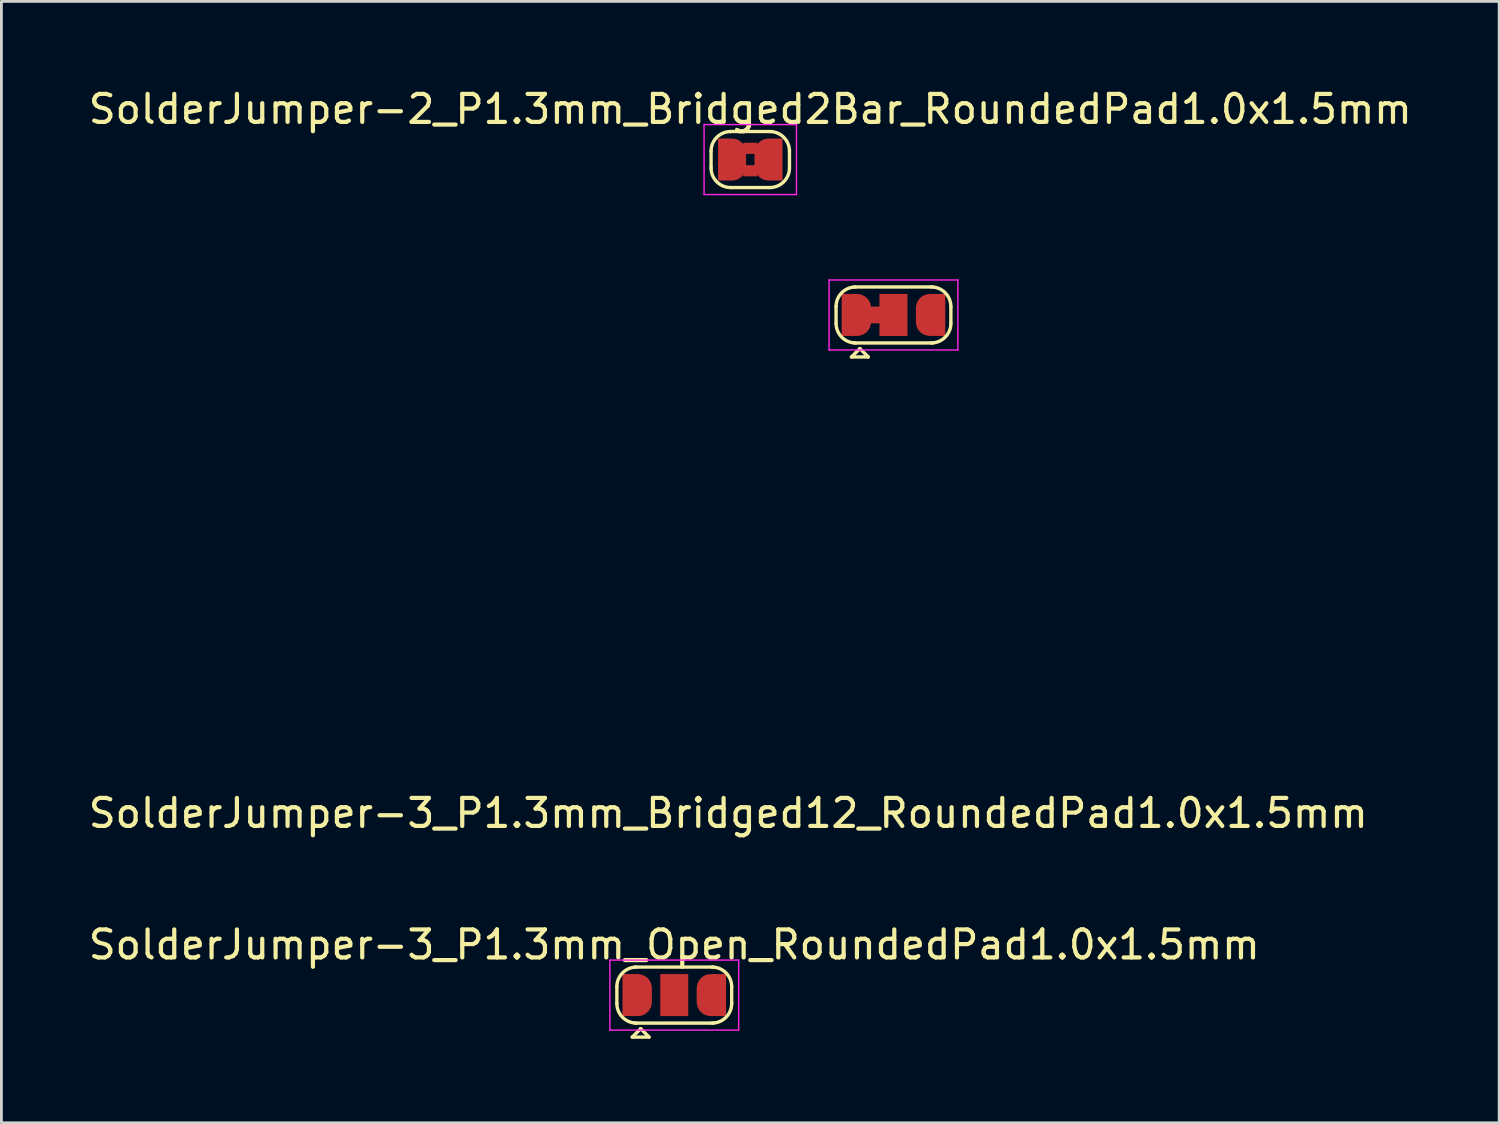
<source format=kicad_pcb>
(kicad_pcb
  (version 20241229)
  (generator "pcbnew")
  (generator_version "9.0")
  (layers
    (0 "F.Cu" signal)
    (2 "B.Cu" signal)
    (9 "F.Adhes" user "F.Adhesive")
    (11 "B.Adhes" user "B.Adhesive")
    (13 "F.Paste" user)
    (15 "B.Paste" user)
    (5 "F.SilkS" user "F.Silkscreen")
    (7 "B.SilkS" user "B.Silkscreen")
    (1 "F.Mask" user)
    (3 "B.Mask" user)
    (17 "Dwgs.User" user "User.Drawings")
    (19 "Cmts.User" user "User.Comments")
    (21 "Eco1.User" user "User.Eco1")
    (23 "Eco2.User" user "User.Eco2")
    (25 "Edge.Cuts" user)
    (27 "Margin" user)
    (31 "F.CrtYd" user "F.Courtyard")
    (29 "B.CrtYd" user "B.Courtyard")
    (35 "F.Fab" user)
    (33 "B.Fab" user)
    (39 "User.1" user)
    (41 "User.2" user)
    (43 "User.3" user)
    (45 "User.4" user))
  (footprint "SolderJumper-3_P1.3mm_Bridged12_RoundedPad1.0x1.5mm"
    (layer "F.Cu")
    (at 28.858 8.198)
    (property "Reference" "SolderJumper-3_P1.3mm_Bridged12_RoundedPad1.0x1.5mm" (at -5.9 17.793 0) (layer "F.SilkS") (effects (font (size 1 1) (thickness 0.15))))
    (attr exclude_from_pos_files exclude_from_bom)
    (fp_poly (pts (xy -0.9 -0.3) (xy -0.4 -0.3) (xy -0.4 0.3) (xy -0.9 0.3)) (stroke (width 0) (type solid)) (fill yes) (layer "F.Cu"))
    (fp_line (start -2.05 0.3) (end -2.05 -0.3) (stroke (width 0.12) (type solid)) (layer "F.SilkS"))
    (fp_line (start -1.5 1.5) (end -0.9 1.5) (stroke (width 0.12) (type solid)) (layer "F.SilkS"))
    (fp_line (start -1.4 -1) (end 1.4 -1) (stroke (width 0.12) (type solid)) (layer "F.SilkS"))
    (fp_line (start -1.2 1.2) (end -1.5 1.5) (stroke (width 0.12) (type solid)) (layer "F.SilkS"))
    (fp_line (start -1.2 1.2) (end -0.9 1.5) (stroke (width 0.12) (type solid)) (layer "F.SilkS"))
    (fp_line (start 1.4 1) (end -1.4 1) (stroke (width 0.12) (type solid)) (layer "F.SilkS"))
    (fp_line (start 2.05 -0.3) (end 2.05 0.3) (stroke (width 0.12) (type solid)) (layer "F.SilkS"))
    (fp_arc (start -2.05 -0.3) (mid -1.844975 -0.794975) (end -1.35 -1) (stroke (width 0.12) (type solid)) (layer "F.SilkS"))
    (fp_arc (start -1.35 1) (mid -1.844975 0.794975) (end -2.05 0.3) (stroke (width 0.12) (type solid)) (layer "F.SilkS"))
    (fp_arc (start 1.35 -1) (mid 1.844975 -0.794975) (end 2.05 -0.3) (stroke (width 0.12) (type solid)) (layer "F.SilkS"))
    (fp_arc (start 2.05 0.3) (mid 1.844975 0.794975) (end 1.35 1) (stroke (width 0.12) (type solid)) (layer "F.SilkS"))
    (fp_line (start -2.3 -1.25) (end -2.3 1.25) (stroke (width 0.05) (type solid)) (layer "F.CrtYd"))
    (fp_line (start -2.3 -1.25) (end 2.3 -1.25) (stroke (width 0.05) (type solid)) (layer "F.CrtYd"))
    (fp_line (start 2.3 1.25) (end -2.3 1.25) (stroke (width 0.05) (type solid)) (layer "F.CrtYd"))
    (fp_line (start 2.3 1.25) (end 2.3 -1.25) (stroke (width 0.05) (type solid)) (layer "F.CrtYd"))
    (pad "1" smd custom (at -1.3 0 180) (size 1 0.5) (layers "F.Cu" "F.Mask") (options (anchor rect)) (primitives (gr_circle (center 0 0.25) (end 0.5 0.25) (width 0) (fill yes)) (gr_circle (center 0 -0.25) (end 0.5 -0.25) (width 0) (fill yes)) (gr_poly (pts (xy 0.55 0.75) (xy 0 0.75) (xy 0 -0.75) (xy 0.55 -0.75)) (width 0) (fill yes))))
    (pad "2" smd rect (at 0 0 180) (size 1 1.5) (layers "F.Cu" "F.Mask"))
    (pad "3" smd custom (at 1.3 0 180) (size 1 0.5) (layers "F.Cu" "F.Mask") (options (anchor rect)) (primitives (gr_circle (center 0 0.25) (end 0.5 0.25) (width 0) (fill yes)) (gr_circle (center 0 -0.25) (end 0.5 -0.25) (width 0) (fill yes)) (gr_poly (pts (xy 0 0.75) (xy -0.55 0.75) (xy -0.55 -0.75) (xy 0 -0.75)) (width 0) (fill yes)))))
  (footprint "SolderJumper-2_P1.3mm_Bridged2Bar_RoundedPad1.0x1.5mm"
    (layer "F.Cu")
    (at 23.744 2.648)
    (property "Reference" "SolderJumper-2_P1.3mm_Bridged2Bar_RoundedPad1.0x1.5mm" (at 0 -1.8 0) (layer "F.SilkS") (effects (font (size 1 1) (thickness 0.15))))
    (attr exclude_from_pos_files exclude_from_bom)
    (fp_poly (pts (xy -0.25 -0.6) (xy 0.25 -0.6) (xy 0.25 -0.2) (xy -0.25 -0.2)) (stroke (width 0) (type solid)) (fill yes) (layer "F.Cu"))
    (fp_poly (pts (xy -0.25 0.2) (xy 0.25 0.2) (xy 0.25 0.6) (xy -0.25 0.6)) (stroke (width 0) (type solid)) (fill yes) (layer "F.Cu"))
    (fp_line (start -1.4 0.3) (end -1.4 -0.3) (stroke (width 0.12) (type solid)) (layer "F.SilkS"))
    (fp_line (start -0.7 -1) (end 0.7 -1) (stroke (width 0.12) (type solid)) (layer "F.SilkS"))
    (fp_line (start 0.7 1) (end -0.7 1) (stroke (width 0.12) (type solid)) (layer "F.SilkS"))
    (fp_line (start 1.4 -0.3) (end 1.4 0.3) (stroke (width 0.12) (type solid)) (layer "F.SilkS"))
    (fp_arc (start -1.4 -0.3) (mid -1.194975 -0.794975) (end -0.7 -1) (stroke (width 0.12) (type solid)) (layer "F.SilkS"))
    (fp_arc (start -0.7 1) (mid -1.194975 0.794975) (end -1.4 0.3) (stroke (width 0.12) (type solid)) (layer "F.SilkS"))
    (fp_arc (start 0.7 -1) (mid 1.194975 -0.794975) (end 1.4 -0.3) (stroke (width 0.12) (type solid)) (layer "F.SilkS"))
    (fp_arc (start 1.4 0.3) (mid 1.194975 0.794975) (end 0.7 1) (stroke (width 0.12) (type solid)) (layer "F.SilkS"))
    (fp_line (start -1.65 -1.25) (end -1.65 1.25) (stroke (width 0.05) (type solid)) (layer "F.CrtYd"))
    (fp_line (start -1.65 -1.25) (end 1.65 -1.25) (stroke (width 0.05) (type solid)) (layer "F.CrtYd"))
    (fp_line (start 1.65 1.25) (end -1.65 1.25) (stroke (width 0.05) (type solid)) (layer "F.CrtYd"))
    (fp_line (start 1.65 1.25) (end 1.65 -1.25) (stroke (width 0.05) (type solid)) (layer "F.CrtYd"))
    (pad "1" smd custom (at -0.65 0 180) (size 1 0.5) (layers "F.Cu" "F.Mask") (options (anchor rect)) (primitives (gr_circle (center 0 0.25) (end 0.5 0.25) (width 0) (fill yes)) (gr_circle (center 0 -0.25) (end 0.5 -0.25) (width 0) (fill yes)) (gr_poly (pts (xy 0.5 0.75) (xy 0 0.75) (xy 0 -0.75) (xy 0.5 -0.75)) (width 0) (fill yes))))
    (pad "2" smd custom (at 0.65 0 180) (size 1 0.5) (layers "F.Cu" "F.Mask") (options (anchor rect)) (primitives (gr_circle (center 0 0.25) (end 0.5 0.25) (width 0) (fill yes)) (gr_circle (center 0 -0.25) (end 0.5 -0.25) (width 0) (fill yes)) (gr_poly (pts (xy 0 0.75) (xy -0.5 0.75) (xy -0.5 -0.75) (xy 0 -0.75)) (width 0) (fill yes)))))
  (footprint "SolderJumper-3_P1.3mm_Open_RoundedPad1.0x1.5mm"
    (layer "F.Cu")
    (at 21.03 32.487)
    (property "Reference" "SolderJumper-3_P1.3mm_Open_RoundedPad1.0x1.5mm" (at 0 -1.8 0) (layer "F.SilkS") (effects (font (size 1 1) (thickness 0.15))))
    (attr exclude_from_pos_files exclude_from_bom)
    (fp_line (start -2.05 0.3) (end -2.05 -0.3) (stroke (width 0.12) (type solid)) (layer "F.SilkS"))
    (fp_line (start -1.5 1.5) (end -0.9 1.5) (stroke (width 0.12) (type solid)) (layer "F.SilkS"))
    (fp_line (start -1.4 -1) (end 1.4 -1) (stroke (width 0.12) (type solid)) (layer "F.SilkS"))
    (fp_line (start -1.2 1.2) (end -1.5 1.5) (stroke (width 0.12) (type solid)) (layer "F.SilkS"))
    (fp_line (start -1.2 1.2) (end -0.9 1.5) (stroke (width 0.12) (type solid)) (layer "F.SilkS"))
    (fp_line (start 1.4 1) (end -1.4 1) (stroke (width 0.12) (type solid)) (layer "F.SilkS"))
    (fp_line (start 2.05 -0.3) (end 2.05 0.3) (stroke (width 0.12) (type solid)) (layer "F.SilkS"))
    (fp_arc (start -2.05 -0.3) (mid -1.844975 -0.794975) (end -1.35 -1) (stroke (width 0.12) (type solid)) (layer "F.SilkS"))
    (fp_arc (start -1.35 1) (mid -1.844975 0.794975) (end -2.05 0.3) (stroke (width 0.12) (type solid)) (layer "F.SilkS"))
    (fp_arc (start 1.35 -1) (mid 1.844975 -0.794975) (end 2.05 -0.3) (stroke (width 0.12) (type solid)) (layer "F.SilkS"))
    (fp_arc (start 2.05 0.3) (mid 1.844975 0.794975) (end 1.35 1) (stroke (width 0.12) (type solid)) (layer "F.SilkS"))
    (fp_line (start -2.3 -1.25) (end -2.3 1.25) (stroke (width 0.05) (type solid)) (layer "F.CrtYd"))
    (fp_line (start -2.3 -1.25) (end 2.3 -1.25) (stroke (width 0.05) (type solid)) (layer "F.CrtYd"))
    (fp_line (start 2.3 1.25) (end -2.3 1.25) (stroke (width 0.05) (type solid)) (layer "F.CrtYd"))
    (fp_line (start 2.3 1.25) (end 2.3 -1.25) (stroke (width 0.05) (type solid)) (layer "F.CrtYd"))
    (pad "1" smd custom (at -1.3 0 180) (size 1 0.5) (layers "F.Cu" "F.Mask") (options (anchor rect)) (primitives (gr_circle (center 0 0.25) (end 0.5 0.25) (width 0) (fill yes)) (gr_circle (center 0 -0.25) (end 0.5 -0.25) (width 0) (fill yes)) (gr_poly (pts (xy 0.55 0.75) (xy 0 0.75) (xy 0 -0.75) (xy 0.55 -0.75)) (width 0) (fill yes))))
    (pad "2" smd rect (at 0 0 180) (size 1 1.5) (layers "F.Cu" "F.Mask"))
    (pad "3" smd custom (at 1.3 0 180) (size 1 0.5) (layers "F.Cu" "F.Mask") (options (anchor rect)) (primitives (gr_circle (center 0 0.25) (end 0.5 0.25) (width 0) (fill yes)) (gr_circle (center 0 -0.25) (end 0.5 -0.25) (width 0) (fill yes)) (gr_poly (pts (xy 0 0.75) (xy -0.55 0.75) (xy -0.55 -0.75) (xy 0 -0.75)) (width 0) (fill yes)))))
  (gr_rect
    (start -3 -3)
    (end 50.488 37.047)
    (stroke (width 0.1) (type default))
    (fill no)
    (layer "Edge.Cuts")))
</source>
